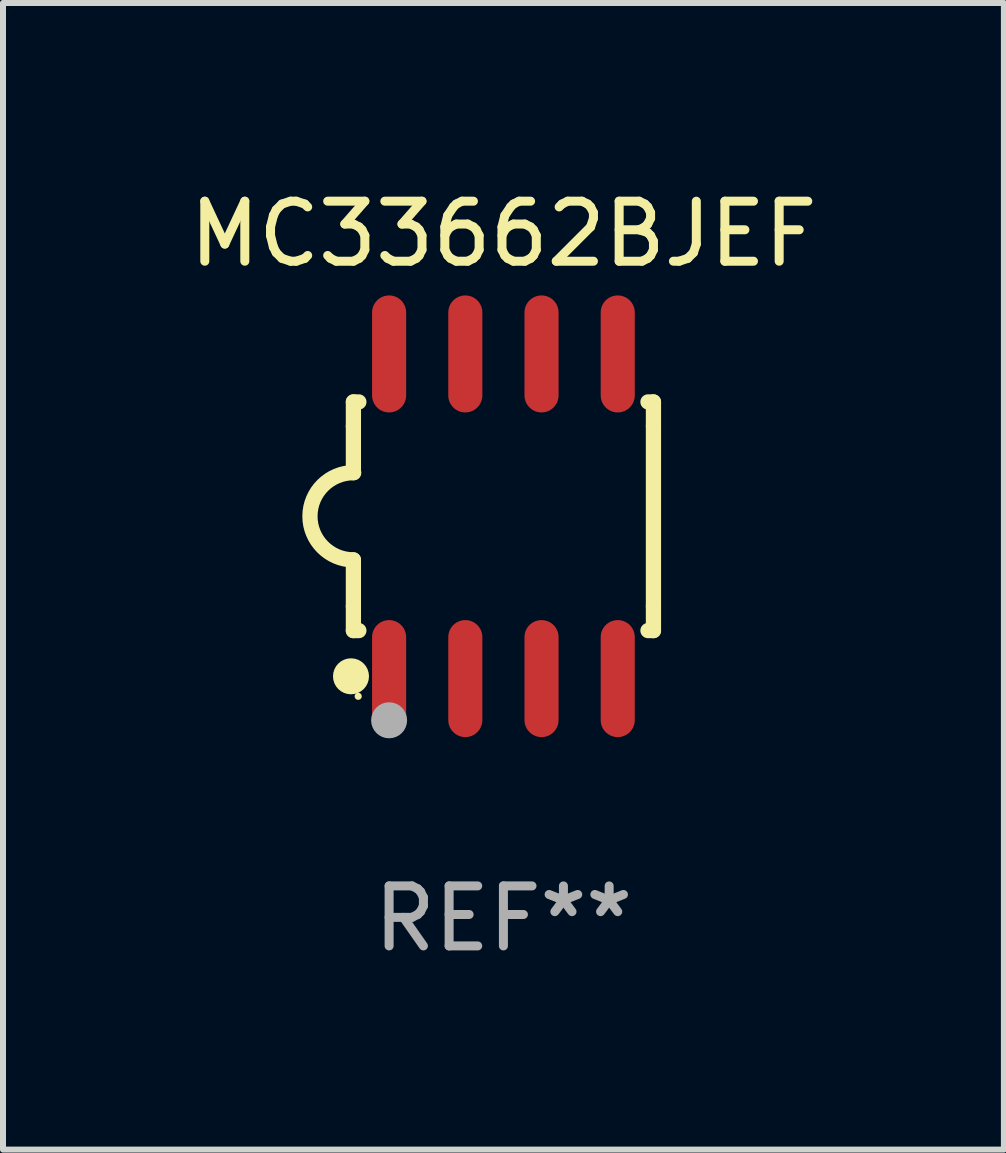
<source format=kicad_pcb>
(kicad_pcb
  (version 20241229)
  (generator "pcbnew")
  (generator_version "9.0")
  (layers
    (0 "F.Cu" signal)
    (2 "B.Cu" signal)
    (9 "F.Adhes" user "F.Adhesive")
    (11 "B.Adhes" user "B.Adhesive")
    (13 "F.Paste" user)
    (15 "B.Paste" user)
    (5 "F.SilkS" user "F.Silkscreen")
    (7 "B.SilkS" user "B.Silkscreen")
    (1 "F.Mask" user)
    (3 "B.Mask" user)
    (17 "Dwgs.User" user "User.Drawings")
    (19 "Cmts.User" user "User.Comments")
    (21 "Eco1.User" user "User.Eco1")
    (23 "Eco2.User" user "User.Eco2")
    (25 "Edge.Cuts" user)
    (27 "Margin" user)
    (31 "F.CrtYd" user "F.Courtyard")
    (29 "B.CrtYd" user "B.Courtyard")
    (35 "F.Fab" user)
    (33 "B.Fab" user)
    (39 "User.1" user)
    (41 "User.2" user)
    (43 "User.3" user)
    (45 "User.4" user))
  (footprint "MC33662BJEF"
    (layer "F.Cu")
    (at 5.339 5.553)
    (property "Reference" "MC33662BJEF" (at 0 -4.705 0) (layer "F.SilkS") (effects (font (size 1 1) (thickness 0.15))))
    (attr through_hole)
    (fp_line (start -2.5 -1.905) (end -2.409 -1.905) (stroke (width 0.254) (type solid)) (layer "F.SilkS"))
    (fp_line (start -2.5 -1.5) (end -2.5 -1.905) (stroke (width 0.254) (type solid)) (layer "F.SilkS"))
    (fp_line (start -2.5 -1.5) (end -2.5 -0.726) (stroke (width 0.254) (type solid)) (layer "F.SilkS"))
    (fp_line (start -2.5 1.5) (end -2.5 0.727) (stroke (width 0.254) (type solid)) (layer "F.SilkS"))
    (fp_line (start -2.5 1.5) (end -2.5 1.905) (stroke (width 0.254) (type solid)) (layer "F.SilkS"))
    (fp_line (start -2.5 1.905) (end -2.409 1.905) (stroke (width 0.254) (type solid)) (layer "F.SilkS"))
    (fp_line (start 2.5 -1.905) (end 2.409 -1.905) (stroke (width 0.254) (type solid)) (layer "F.SilkS"))
    (fp_line (start 2.5 -1.5) (end 2.5 -1.905) (stroke (width 0.254) (type solid)) (layer "F.SilkS"))
    (fp_line (start 2.5 -1.5) (end 2.5 1.5) (stroke (width 0.254) (type solid)) (layer "F.SilkS"))
    (fp_line (start 2.5 1.5) (end 2.5 1.905) (stroke (width 0.254) (type solid)) (layer "F.SilkS"))
    (fp_line (start 2.5 1.905) (end 2.409 1.905) (stroke (width 0.254) (type solid)) (layer "F.SilkS"))
    (fp_arc (start -2.5 0.726568) (mid -3.220316 -0.0023) (end -2.495097 -0.726289) (stroke (width 0.254001) (type solid)) (layer "F.SilkS"))
    (fp_circle (center -2.54 2.667) (end -2.39 2.667) (stroke (width 0.3) (type solid)) (fill no) (layer "F.SilkS"))
    (fp_circle (center -2.42 3) (end -2.39 3) (stroke (width 0.06) (type solid)) (fill no) (layer "F.SilkS"))
    (fp_circle (center -1.905 3.4) (end -1.755 3.4) (stroke (width 0.3) (type solid)) (fill no) (layer "F.Fab"))
    (fp_text user "REF**" (at 0 6.705 0) (layer "F.Fab") (effects (font (size 1 1) (thickness 0.15))))
    (pad "1" smd oval (at -1.905 2.705) (size 0.568 1.95) (layers "F.Cu" "F.Mask" "F.Paste"))
    (pad "2" smd oval (at -0.635 2.705) (size 0.568 1.95) (layers "F.Cu" "F.Mask" "F.Paste"))
    (pad "3" smd oval (at 0.635 2.705) (size 0.568 1.95) (layers "F.Cu" "F.Mask" "F.Paste"))
    (pad "4" smd oval (at 1.905 2.705) (size 0.568 1.95) (layers "F.Cu" "F.Mask" "F.Paste"))
    (pad "5" smd oval (at 1.905 -2.705) (size 0.568 1.95) (layers "F.Cu" "F.Mask" "F.Paste"))
    (pad "6" smd oval (at 0.635 -2.705) (size 0.568 1.95) (layers "F.Cu" "F.Mask" "F.Paste"))
    (pad "7" smd oval (at -0.635 -2.705) (size 0.568 1.95) (layers "F.Cu" "F.Mask" "F.Paste"))
    (pad "8" smd oval (at -1.905 -2.705) (size 0.568 1.95) (layers "F.Cu" "F.Mask" "F.Paste")))
  (gr_rect
    (start -3 -3)
    (end 13.679 16.107)
    (stroke (width 0.1) (type default))
    (fill no)
    (layer "Edge.Cuts")))
</source>
